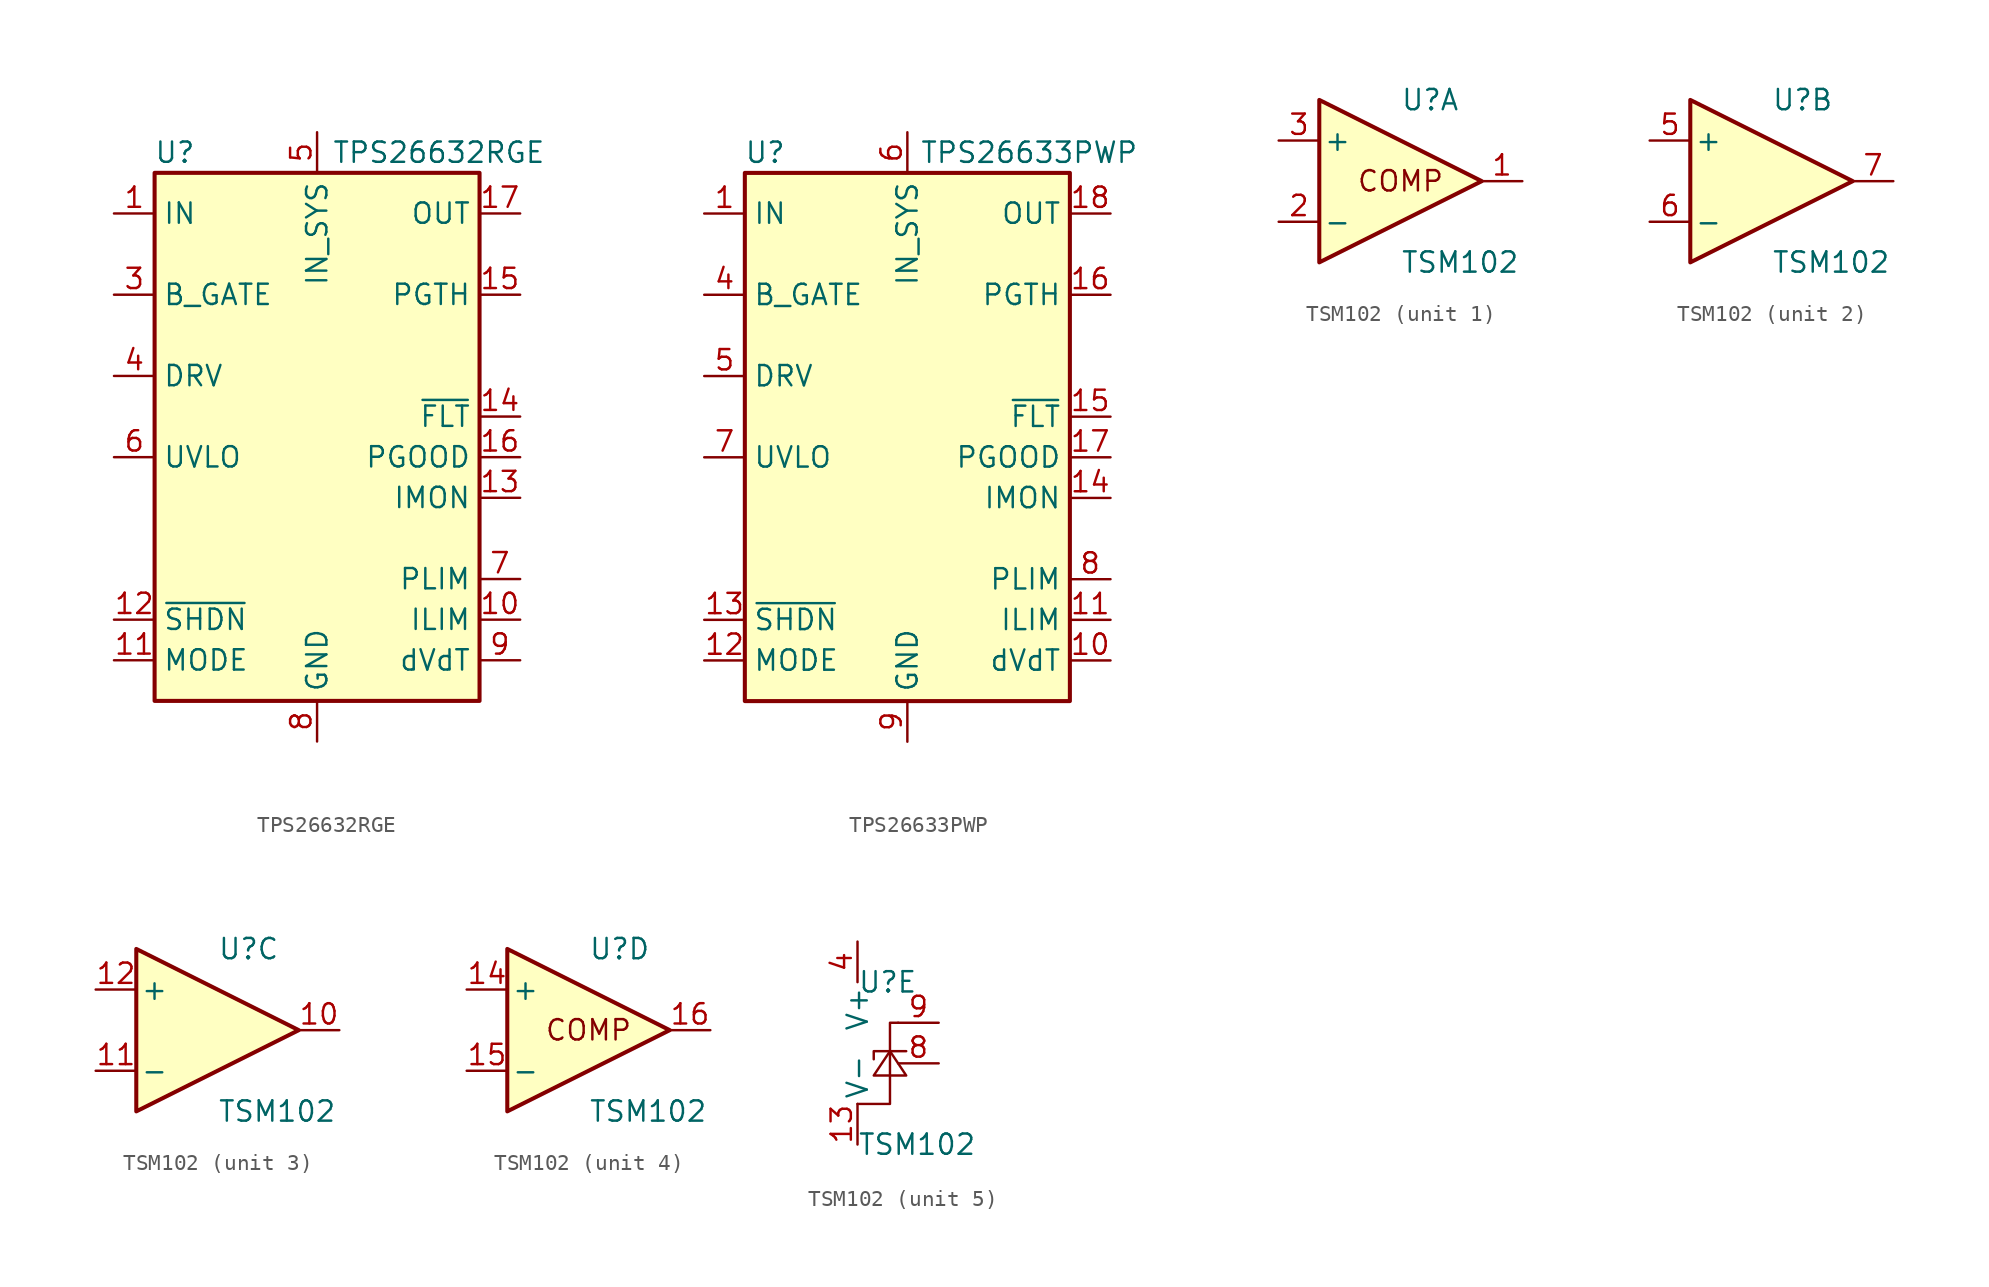
<source format=kicad_sym>
(kicad_symbol_lib
  (version 20220914)
  (generator kicad_symbol_editor)
  (symbol "TPS26632RGE"
    (property "Reference" "U"
      (at -8.89 16.51 0)
      (effects (font (size 1.27 1.27))))
    (property "Value" "TPS26632RGE"
      (at 7.62 16.51 0)
      (effects (font (size 1.27 1.27))))
    (symbol "TPS26632RGE_0_1"
      (rectangle (start -10.16 15.24) (end 10.16 -17.78) (stroke (width 0.254) (type default)) (fill (type background))))
    (symbol "TPS26632RGE_1_1"
      (pin power_in line (at -12.7 12.7 0) (length 2.54) (name "IN" (effects (font (size 1.27 1.27)))) (number "1" (effects (font (size 1.27 1.27)))))
      (pin passive line (at 12.7 -12.7 180) (length 2.54) (name "ILIM" (effects (font (size 1.27 1.27)))) (number "10" (effects (font (size 1.27 1.27)))))
      (pin input line (at -12.7 -15.24 0) (length 2.54) (name "MODE" (effects (font (size 1.27 1.27)))) (number "11" (effects (font (size 1.27 1.27)))))
      (pin input line (at -12.7 -12.7 0) (length 2.54) (name "~{SHDN}" (effects (font (size 1.27 1.27)))) (number "12" (effects (font (size 1.27 1.27)))))
      (pin output line (at 12.7 -5.08 180) (length 2.54) (name "IMON" (effects (font (size 1.27 1.27)))) (number "13" (effects (font (size 1.27 1.27)))))
      (pin open_collector line (at 12.7 0 180) (length 2.54) (name "~{FLT}" (effects (font (size 1.27 1.27)))) (number "14" (effects (font (size 1.27 1.27)))))
      (pin input line (at 12.7 7.62 180) (length 2.54) (name "PGTH" (effects (font (size 1.27 1.27)))) (number "15" (effects (font (size 1.27 1.27)))))
      (pin output line (at 12.7 -2.54 180) (length 2.54) (name "PGOOD" (effects (font (size 1.27 1.27)))) (number "16" (effects (font (size 1.27 1.27)))))
      (pin power_out line (at 12.7 12.7 180) (length 2.54) (name "OUT" (effects (font (size 1.27 1.27)))) (number "17" (effects (font (size 1.27 1.27)))))
      (pin passive line (at 12.7 12.7 180) (length 2.54) hide (name "OUT" (effects (font (size 1.27 1.27)))) (number "18" (effects (font (size 1.27 1.27)))))
      (pin no_connect line (at -10.16 10.16 0) (length 2.54) hide (name "NC" (effects (font (size 1.27 1.27)))) (number "19" (effects (font (size 1.27 1.27)))))
      (pin passive line (at -12.7 12.7 0) (length 2.54) hide (name "IN" (effects (font (size 1.27 1.27)))) (number "2" (effects (font (size 1.27 1.27)))))
      (pin no_connect line (at -10.16 5.08 0) (length 2.54) hide (name "NC" (effects (font (size 1.27 1.27)))) (number "20" (effects (font (size 1.27 1.27)))))
      (pin no_connect line (at -10.16 0 0) (length 2.54) hide (name "NC" (effects (font (size 1.27 1.27)))) (number "21" (effects (font (size 1.27 1.27)))))
      (pin no_connect line (at 10.16 10.16 180) (length 2.54) hide (name "NC" (effects (font (size 1.27 1.27)))) (number "22" (effects (font (size 1.27 1.27)))))
      (pin no_connect line (at 10.16 5.08 180) (length 2.54) hide (name "NC" (effects (font (size 1.27 1.27)))) (number "23" (effects (font (size 1.27 1.27)))))
      (pin no_connect line (at 10.16 2.54 180) (length 2.54) hide (name "NC" (effects (font (size 1.27 1.27)))) (number "24" (effects (font (size 1.27 1.27)))))
      (pin passive line (at 0 -20.32 90) (length 2.54) hide (name "GND" (effects (font (size 1.27 1.27)))) (number "25" (effects (font (size 1.27 1.27)))))
      (pin output line (at -12.7 7.62 0) (length 2.54) (name "B_GATE" (effects (font (size 1.27 1.27)))) (number "3" (effects (font (size 1.27 1.27)))))
      (pin output line (at -12.7 2.54 0) (length 2.54) (name "DRV" (effects (font (size 1.27 1.27)))) (number "4" (effects (font (size 1.27 1.27)))))
      (pin power_in line (at 0 17.78 270) (length 2.54) (name "IN_SYS" (effects (font (size 1.27 1.27)))) (number "5" (effects (font (size 1.27 1.27)))))
      (pin input line (at -12.7 -2.54 0) (length 2.54) (name "UVLO" (effects (font (size 1.27 1.27)))) (number "6" (effects (font (size 1.27 1.27)))))
      (pin passive line (at 12.7 -10.16 180) (length 2.54) (name "PLIM" (effects (font (size 1.27 1.27)))) (number "7" (effects (font (size 1.27 1.27)))))
      (pin power_in line (at 0 -20.32 90) (length 2.54) (name "GND" (effects (font (size 1.27 1.27)))) (number "8" (effects (font (size 1.27 1.27)))))
      (pin passive line (at 12.7 -15.24 180) (length 2.54) (name "dVdT" (effects (font (size 1.27 1.27)))) (number "9" (effects (font (size 1.27 1.27)))))))
  (symbol "TPS26633PWP"
    (property "Reference" "U"
      (at -8.89 16.51 0)
      (effects (font (size 1.27 1.27))))
    (property "Value" "TPS26633PWP"
      (at 7.62 16.51 0)
      (effects (font (size 1.27 1.27))))
    (symbol "TPS26633PWP_0_1"
      (rectangle (start -10.16 15.24) (end 10.16 -17.78) (stroke (width 0.254) (type default)) (fill (type background))))
    (symbol "TPS26633PWP_1_1"
      (pin power_in line (at -12.7 12.7 0) (length 2.54) (name "IN" (effects (font (size 1.27 1.27)))) (number "1" (effects (font (size 1.27 1.27)))))
      (pin passive line (at 12.7 -15.24 180) (length 2.54) (name "dVdT" (effects (font (size 1.27 1.27)))) (number "10" (effects (font (size 1.27 1.27)))))
      (pin passive line (at 12.7 -12.7 180) (length 2.54) (name "ILIM" (effects (font (size 1.27 1.27)))) (number "11" (effects (font (size 1.27 1.27)))))
      (pin input line (at -12.7 -15.24 0) (length 2.54) (name "MODE" (effects (font (size 1.27 1.27)))) (number "12" (effects (font (size 1.27 1.27)))))
      (pin input line (at -12.7 -12.7 0) (length 2.54) (name "~{SHDN}" (effects (font (size 1.27 1.27)))) (number "13" (effects (font (size 1.27 1.27)))))
      (pin output line (at 12.7 -5.08 180) (length 2.54) (name "IMON" (effects (font (size 1.27 1.27)))) (number "14" (effects (font (size 1.27 1.27)))))
      (pin open_collector line (at 12.7 0 180) (length 2.54) (name "~{FLT}" (effects (font (size 1.27 1.27)))) (number "15" (effects (font (size 1.27 1.27)))))
      (pin input line (at 12.7 7.62 180) (length 2.54) (name "PGTH" (effects (font (size 1.27 1.27)))) (number "16" (effects (font (size 1.27 1.27)))))
      (pin output line (at 12.7 -2.54 180) (length 2.54) (name "PGOOD" (effects (font (size 1.27 1.27)))) (number "17" (effects (font (size 1.27 1.27)))))
      (pin power_out line (at 12.7 12.7 180) (length 2.54) (name "OUT" (effects (font (size 1.27 1.27)))) (number "18" (effects (font (size 1.27 1.27)))))
      (pin passive line (at 12.7 12.7 180) (length 2.54) hide (name "OUT" (effects (font (size 1.27 1.27)))) (number "19" (effects (font (size 1.27 1.27)))))
      (pin passive line (at -12.7 12.7 0) (length 2.54) hide (name "IN" (effects (font (size 1.27 1.27)))) (number "2" (effects (font (size 1.27 1.27)))))
      (pin passive line (at 12.7 12.7 180) (length 2.54) hide (name "OUT" (effects (font (size 1.27 1.27)))) (number "20" (effects (font (size 1.27 1.27)))))
      (pin passive line (at 0 -20.32 90) (length 2.54) hide (name "GND" (effects (font (size 1.27 1.27)))) (number "21" (effects (font (size 1.27 1.27)))))
      (pin passive line (at -12.7 12.7 0) (length 2.54) hide (name "IN" (effects (font (size 1.27 1.27)))) (number "3" (effects (font (size 1.27 1.27)))))
      (pin output line (at -12.7 7.62 0) (length 2.54) (name "B_GATE" (effects (font (size 1.27 1.27)))) (number "4" (effects (font (size 1.27 1.27)))))
      (pin output line (at -12.7 2.54 0) (length 2.54) (name "DRV" (effects (font (size 1.27 1.27)))) (number "5" (effects (font (size 1.27 1.27)))))
      (pin power_in line (at 0 17.78 270) (length 2.54) (name "IN_SYS" (effects (font (size 1.27 1.27)))) (number "6" (effects (font (size 1.27 1.27)))))
      (pin input line (at -12.7 -2.54 0) (length 2.54) (name "UVLO" (effects (font (size 1.27 1.27)))) (number "7" (effects (font (size 1.27 1.27)))))
      (pin passive line (at 12.7 -10.16 180) (length 2.54) (name "PLIM" (effects (font (size 1.27 1.27)))) (number "8" (effects (font (size 1.27 1.27)))))
      (pin power_in line (at 0 -20.32 90) (length 2.54) (name "GND" (effects (font (size 1.27 1.27)))) (number "9" (effects (font (size 1.27 1.27)))))))
  (symbol "TSM102"
    (pin_names
      (offset 0.254))
    (property "Reference" "U"
      (at 0 5.08 0)
      (effects (font (size 1.27 1.27)) (justify left)))
    (property "Value" "TSM102"
      (at 0 -5.08 0)
      (effects (font (size 1.27 1.27)) (justify left)))
    (symbol "TSM102_1_0"
      (text "COMP" (at 0 0 0) (effects (font (size 1.27 1.27)))))
    (symbol "TSM102_1_1"
      (polyline (pts (xy -5.08 5.08) (xy 5.08 0) (xy -5.08 -5.08) (xy -5.08 5.08)) (stroke (width 0.254) (type default)) (fill (type background)))
      (pin output line (at 7.62 0 180) (length 2.54) (name "~" (effects (font (size 1.27 1.27)))) (number "1" (effects (font (size 1.27 1.27)))))
      (pin input line (at -7.62 -2.54 0) (length 2.54) (name "-" (effects (font (size 1.27 1.27)))) (number "2" (effects (font (size 1.27 1.27)))))
      (pin input line (at -7.62 2.54 0) (length 2.54) (name "+" (effects (font (size 1.27 1.27)))) (number "3" (effects (font (size 1.27 1.27))))))
    (symbol "TSM102_2_1"
      (polyline (pts (xy -5.08 5.08) (xy 5.08 0) (xy -5.08 -5.08) (xy -5.08 5.08)) (stroke (width 0.254) (type default)) (fill (type background)))
      (pin input line (at -7.62 2.54 0) (length 2.54) (name "+" (effects (font (size 1.27 1.27)))) (number "5" (effects (font (size 1.27 1.27)))))
      (pin input line (at -7.62 -2.54 0) (length 2.54) (name "-" (effects (font (size 1.27 1.27)))) (number "6" (effects (font (size 1.27 1.27)))))
      (pin output line (at 7.62 0 180) (length 2.54) (name "~" (effects (font (size 1.27 1.27)))) (number "7" (effects (font (size 1.27 1.27))))))
    (symbol "TSM102_3_1"
      (polyline (pts (xy -5.08 5.08) (xy 5.08 0) (xy -5.08 -5.08) (xy -5.08 5.08)) (stroke (width 0.254) (type default)) (fill (type background)))
      (pin output line (at 7.62 0 180) (length 2.54) (name "~" (effects (font (size 1.27 1.27)))) (number "10" (effects (font (size 1.27 1.27)))))
      (pin input line (at -7.62 -2.54 0) (length 2.54) (name "-" (effects (font (size 1.27 1.27)))) (number "11" (effects (font (size 1.27 1.27)))))
      (pin input line (at -7.62 2.54 0) (length 2.54) (name "+" (effects (font (size 1.27 1.27)))) (number "12" (effects (font (size 1.27 1.27))))))
    (symbol "TSM102_4_0"
      (text "COMP" (at 0 0 0) (effects (font (size 1.27 1.27)))))
    (symbol "TSM102_4_1"
      (polyline (pts (xy -5.08 5.08) (xy 5.08 0) (xy -5.08 -5.08) (xy -5.08 5.08)) (stroke (width 0.254) (type default)) (fill (type background)))
      (pin input line (at -7.62 2.54 0) (length 2.54) (name "+" (effects (font (size 1.27 1.27)))) (number "14" (effects (font (size 1.27 1.27)))))
      (pin input line (at -7.62 -2.54 0) (length 2.54) (name "-" (effects (font (size 1.27 1.27)))) (number "15" (effects (font (size 1.27 1.27)))))
      (pin output line (at 7.62 0 180) (length 2.54) (name "~" (effects (font (size 1.27 1.27)))) (number "16" (effects (font (size 1.27 1.27))))))
    (symbol "TSM102_5_1"
      (polyline (pts (xy 1.016 0.254) (xy 1.016 0.762) (xy 3.048 0.762)) (stroke (width 0) (type default)) (fill (type none)))
      (polyline (pts (xy 0 -2.54) (xy 2.032 -2.54) (xy 2.032 2.54) (xy 2.54 2.54)) (stroke (width 0) (type default)) (fill (type none)))
      (polyline (pts (xy 1.016 -0.762) (xy 2.032 0.762) (xy 3.048 -0.762) (xy 1.016 -0.762)) (stroke (width 0) (type default)) (fill (type none)))
      (pin power_in line (at 0 -5.08 90) (length 2.54) (name "V-" (effects (font (size 1.27 1.27)))) (number "13" (effects (font (size 1.27 1.27)))))
      (pin power_in line (at 0 7.62 270) (length 2.54) (name "V+" (effects (font (size 1.27 1.27)))) (number "4" (effects (font (size 1.27 1.27)))))
      (pin passive line (at 5.08 0 180) (length 2.54) (name "~" (effects (font (size 1.27 1.27)))) (number "8" (effects (font (size 1.27 1.27)))))
      (pin passive line (at 5.08 2.54 180) (length 2.54) (name "~" (effects (font (size 1.27 1.27)))) (number "9" (effects (font (size 1.27 1.27))))))))
</source>
